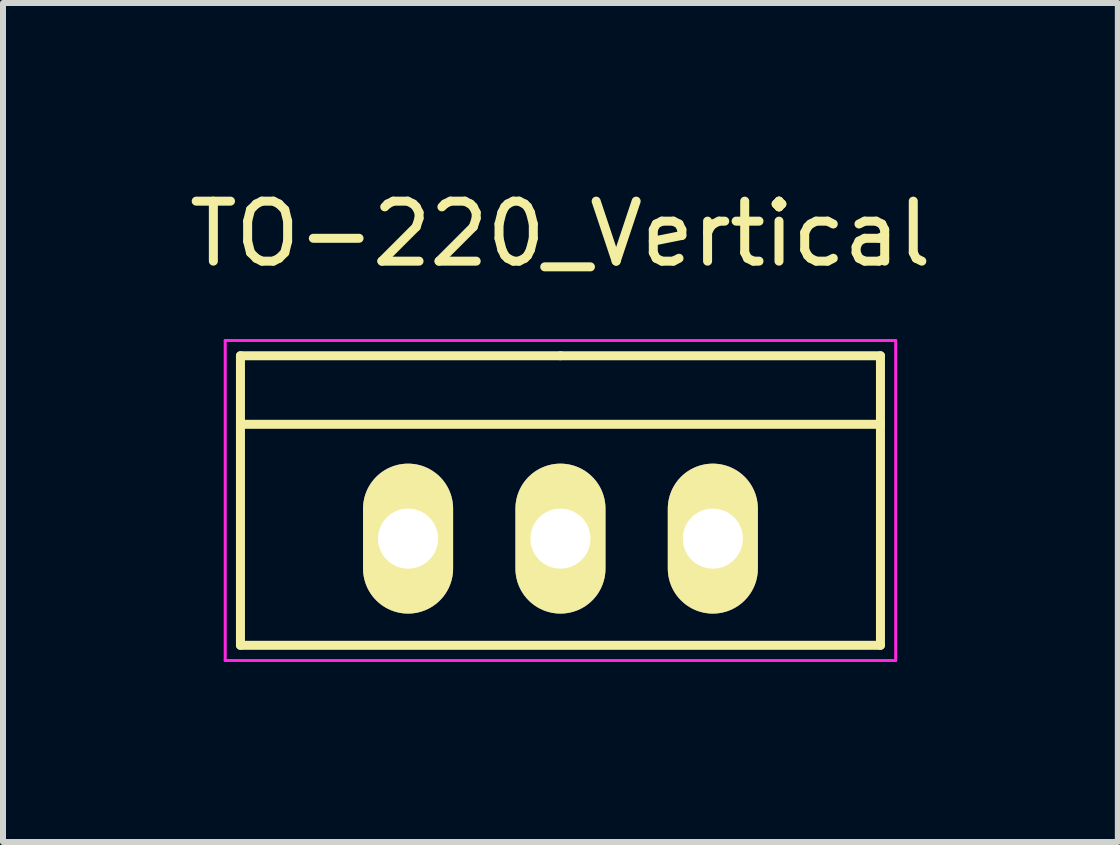
<source format=kicad_pcb>
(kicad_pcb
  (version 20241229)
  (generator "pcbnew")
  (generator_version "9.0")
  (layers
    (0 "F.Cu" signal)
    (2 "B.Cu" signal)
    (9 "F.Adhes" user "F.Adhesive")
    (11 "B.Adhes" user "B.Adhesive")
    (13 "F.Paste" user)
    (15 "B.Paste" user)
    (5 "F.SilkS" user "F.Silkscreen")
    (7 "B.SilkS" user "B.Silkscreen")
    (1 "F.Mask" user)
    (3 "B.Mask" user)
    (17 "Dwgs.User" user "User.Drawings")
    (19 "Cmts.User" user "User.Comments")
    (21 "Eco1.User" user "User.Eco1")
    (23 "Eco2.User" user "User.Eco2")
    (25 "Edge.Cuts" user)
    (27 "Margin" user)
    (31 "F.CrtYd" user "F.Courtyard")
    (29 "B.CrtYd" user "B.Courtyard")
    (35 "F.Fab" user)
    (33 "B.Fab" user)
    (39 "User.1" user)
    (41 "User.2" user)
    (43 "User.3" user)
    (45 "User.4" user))
  (footprint "TO-220_Vertical"
    (layer "F.Cu")
    (at 6.292 5.928)
    (property "Reference" "TO-220_Vertical" (at 0 -5.08 0) (layer "F.SilkS") (effects (font (size 1 1) (thickness 0.15))))
    (attr through_hole)
    (fp_line (start -5.334 -1.905) (end -5.334 -3.048) (stroke (width 0.15) (type solid)) (layer "F.SilkS"))
    (fp_line (start -5.334 1.778) (end -5.334 -1.905) (stroke (width 0.15) (type solid)) (layer "F.SilkS"))
    (fp_line (start 0 -3.048) (end -5.334 -3.048) (stroke (width 0.15) (type solid)) (layer "F.SilkS"))
    (fp_line (start 0 -3.048) (end 5.334 -3.048) (stroke (width 0.15) (type solid)) (layer "F.SilkS"))
    (fp_line (start 5.334 -3.048) (end 5.334 -1.905) (stroke (width 0.15) (type solid)) (layer "F.SilkS"))
    (fp_line (start 5.334 -1.905) (end -5.334 -1.905) (stroke (width 0.15) (type solid)) (layer "F.SilkS"))
    (fp_line (start 5.334 -1.905) (end 5.334 1.778) (stroke (width 0.15) (type solid)) (layer "F.SilkS"))
    (fp_line (start 5.334 1.778) (end -5.334 1.778) (stroke (width 0.15) (type solid)) (layer "F.SilkS"))
    (fp_line (start -5.588 -3.302) (end -5.588 2.032) (stroke (width 0.05) (type solid)) (layer "F.CrtYd"))
    (fp_line (start -5.588 2.032) (end 5.588 2.032) (stroke (width 0.05) (type solid)) (layer "F.CrtYd"))
    (fp_line (start 5.588 -3.302) (end -5.588 -3.302) (stroke (width 0.05) (type solid)) (layer "F.CrtYd"))
    (fp_line (start 5.588 2.032) (end 5.588 -3.302) (stroke (width 0.05) (type solid)) (layer "F.CrtYd"))
    (pad "1" thru_hole oval (at -2.54 0 90) (size 2.499 1.501) (drill 1.001) (layers "*.Cu" "*.Mask" "F.SilkS"))
    (pad "2" thru_hole oval (at 0 0 90) (size 2.499 1.501) (drill 1.001) (layers "*.Cu" "*.Mask" "F.SilkS"))
    (pad "3" thru_hole oval (at 2.54 0 90) (size 2.499 1.501) (drill 1.001) (layers "*.Cu" "*.Mask" "F.SilkS")))
  (gr_rect
    (start -3 -3)
    (end 15.583 10.985)
    (stroke (width 0.1) (type default))
    (fill no)
    (layer "Edge.Cuts")))
</source>
